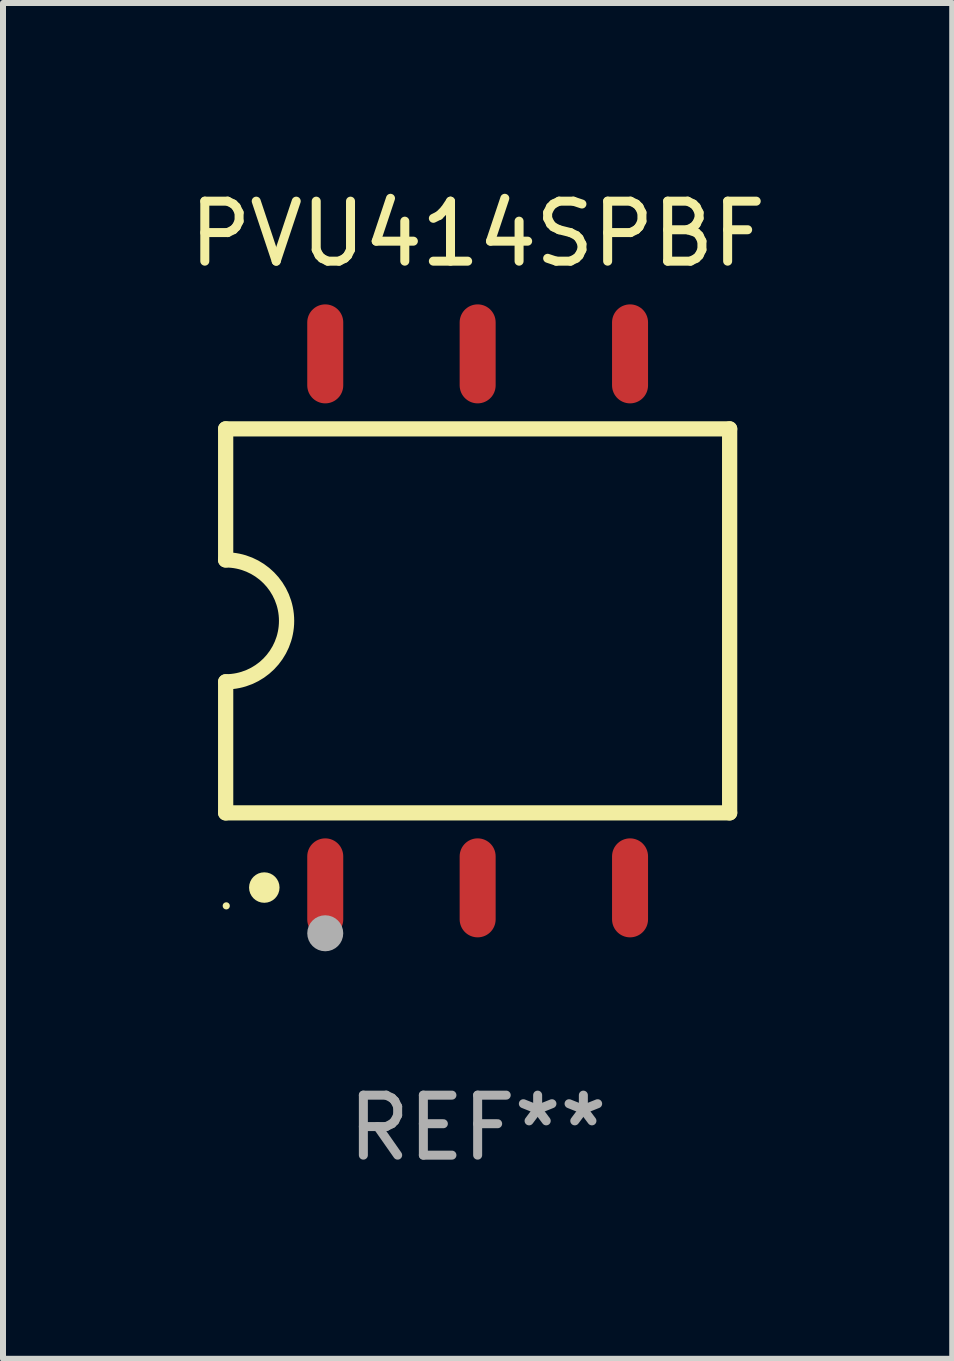
<source format=kicad_pcb>
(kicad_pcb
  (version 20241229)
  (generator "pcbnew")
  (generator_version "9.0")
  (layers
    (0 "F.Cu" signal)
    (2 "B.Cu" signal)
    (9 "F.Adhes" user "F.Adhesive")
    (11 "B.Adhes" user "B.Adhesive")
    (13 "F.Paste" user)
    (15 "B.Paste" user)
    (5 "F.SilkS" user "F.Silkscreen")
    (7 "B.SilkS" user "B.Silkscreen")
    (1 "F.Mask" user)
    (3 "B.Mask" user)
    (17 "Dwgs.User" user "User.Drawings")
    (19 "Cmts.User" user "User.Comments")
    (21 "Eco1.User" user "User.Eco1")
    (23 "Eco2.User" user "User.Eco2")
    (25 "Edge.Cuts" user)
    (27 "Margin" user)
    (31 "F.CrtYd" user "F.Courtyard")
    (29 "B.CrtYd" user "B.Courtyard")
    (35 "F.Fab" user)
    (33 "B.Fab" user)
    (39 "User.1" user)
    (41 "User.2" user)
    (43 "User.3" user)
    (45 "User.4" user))
  (footprint "PVU414SPBF"
    (layer "F.Cu")
    (at 4.911 7.298)
    (property "Reference" "PVU414SPBF" (at 0 -6.45 0) (layer "F.SilkS") (effects (font (size 1 1) (thickness 0.15))))
    (attr through_hole)
    (fp_line (start -4.2 -3.2) (end -4.2 -1.016) (stroke (width 0.254) (type solid)) (layer "F.SilkS"))
    (fp_line (start -4.2 -3.2) (end 4.2 -3.2) (stroke (width 0.254) (type solid)) (layer "F.SilkS"))
    (fp_line (start -4.2 3.2) (end -4.2 1.016) (stroke (width 0.254) (type solid)) (layer "F.SilkS"))
    (fp_line (start 4.2 -3.2) (end 4.2 3.2) (stroke (width 0.254) (type solid)) (layer "F.SilkS"))
    (fp_line (start 4.2 3.2) (end -4.2 3.2) (stroke (width 0.254) (type solid)) (layer "F.SilkS"))
    (fp_arc (start -4.201169 -1.016003) (mid -3.185166 -0.000585) (end -4.2 1.016002) (stroke (width 0.254001) (type solid)) (layer "F.SilkS"))
    (fp_circle (center -4.19 4.75) (end -4.16 4.75) (stroke (width 0.06) (type solid)) (fill no) (layer "F.SilkS"))
    (fp_circle (center -3.556 4.445) (end -3.429 4.445) (stroke (width 0.254) (type solid)) (fill no) (layer "F.SilkS"))
    (fp_circle (center -2.54 5.207) (end -2.39 5.207) (stroke (width 0.3) (type solid)) (fill no) (layer "F.Fab"))
    (fp_text user "REF**" (at 0 8.45 0) (layer "F.Fab") (effects (font (size 1 1) (thickness 0.15))))
    (pad "1" smd oval (at -2.54 4.45 90) (size 1.65 0.6) (layers "F.Cu" "F.Mask" "F.Paste"))
    (pad "2" smd oval (at 0 4.45 90) (size 1.65 0.6) (layers "F.Cu" "F.Mask" "F.Paste"))
    (pad "3" smd oval (at 2.54 4.45 90) (size 1.65 0.6) (layers "F.Cu" "F.Mask" "F.Paste"))
    (pad "4" smd oval (at 2.54 -4.45 90) (size 1.65 0.6) (layers "F.Cu" "F.Mask" "F.Paste"))
    (pad "5" smd oval (at 0 -4.45 90) (size 1.65 0.6) (layers "F.Cu" "F.Mask" "F.Paste"))
    (pad "6" smd oval (at -2.54 -4.45 90) (size 1.65 0.6) (layers "F.Cu" "F.Mask" "F.Paste")))
  (gr_rect
    (start -3 -3)
    (end 12.821 19.597)
    (stroke (width 0.1) (type default))
    (fill no)
    (layer "Edge.Cuts")))
</source>
